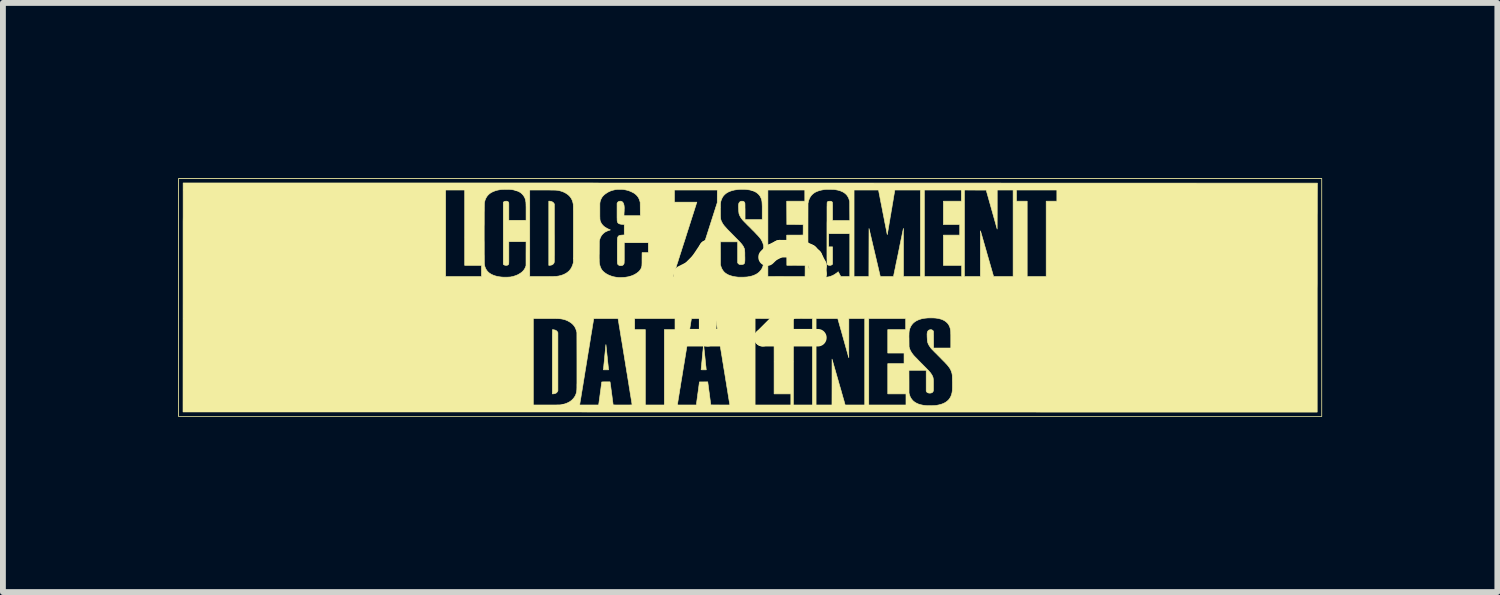
<source format=kicad_pcb>
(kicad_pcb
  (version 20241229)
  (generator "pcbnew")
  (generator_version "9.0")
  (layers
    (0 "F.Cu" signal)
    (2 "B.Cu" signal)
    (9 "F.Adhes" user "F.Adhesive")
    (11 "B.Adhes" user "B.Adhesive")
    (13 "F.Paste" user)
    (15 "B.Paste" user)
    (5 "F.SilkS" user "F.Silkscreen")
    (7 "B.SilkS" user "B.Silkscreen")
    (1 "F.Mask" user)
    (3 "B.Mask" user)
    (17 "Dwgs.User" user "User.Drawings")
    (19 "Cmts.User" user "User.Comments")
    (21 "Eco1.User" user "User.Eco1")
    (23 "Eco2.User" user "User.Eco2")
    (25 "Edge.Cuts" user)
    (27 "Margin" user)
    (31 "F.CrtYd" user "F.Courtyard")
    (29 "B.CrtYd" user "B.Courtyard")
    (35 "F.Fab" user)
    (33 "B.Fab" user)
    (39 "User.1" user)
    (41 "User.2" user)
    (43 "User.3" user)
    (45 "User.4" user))
  (footprint "12"
    (layer "F.Cu")
    (at 9.791 2.042)
    (property "Reference" "12" (at 0 0 0) (layer "F.SilkS") (effects (font (size 1.524 1.524) (thickness 0.3))))
    (attr through_hole)
    (fp_poly (pts (xy 9.788 2.039) (xy -9.786 2.039) (xy -9.786 -2.034) (xy -9.783 -2.034) (xy -9.783 2.037) (xy 9.786 2.037) (xy 9.786 -2.034) (xy -9.783 -2.034) (xy -9.786 -2.034) (xy -9.786 -2.037) (xy 9.788 -2.037) (xy 9.788 2.039)) (stroke (width 0.01) (type solid)) (fill yes) (layer "F.SilkS"))
    (fp_poly (pts (xy -3.378 0.552) (xy -3.371 0.552) (xy -3.362 0.554) (xy -3.361 0.554) (xy -3.339 0.558) (xy -3.321 0.566) (xy -3.307 0.577) (xy -3.296 0.592) (xy -3.296 0.593) (xy -3.29 0.603) (xy -3.29 1.599) (xy -3.298 1.612) (xy -3.308 1.627) (xy -3.322 1.638) (xy -3.34 1.645) (xy -3.361 1.65) (xy -3.367 1.65) (xy -3.385 1.652) (xy -3.385 1.101) (xy -3.385 1.037) (xy -3.385 0.977) (xy -3.385 0.923) (xy -3.385 0.872) (xy -3.385 0.827) (xy -3.385 0.785) (xy -3.385 0.747) (xy -3.385 0.714) (xy -3.385 0.684) (xy -3.385 0.657) (xy -3.385 0.634) (xy -3.384 0.615) (xy -3.384 0.598) (xy -3.384 0.584) (xy -3.384 0.573) (xy -3.384 0.564) (xy -3.383 0.558) (xy -3.383 0.554) (xy -3.383 0.552) (xy -3.382 0.551) (xy -3.378 0.552)) (stroke (width 0.01) (type solid)) (fill yes) (layer "F.SilkS"))
    (fp_poly (pts (xy -3.429 -1.648) (xy -3.406 -1.644) (xy -3.388 -1.637) (xy -3.373 -1.628) (xy -3.361 -1.615) (xy -3.358 -1.611) (xy -3.351 -1.599) (xy -3.351 -1.105) (xy -3.35 -1.045) (xy -3.35 -0.991) (xy -3.35 -0.941) (xy -3.35 -0.895) (xy -3.35 -0.854) (xy -3.35 -0.816) (xy -3.35 -0.783) (xy -3.35 -0.753) (xy -3.35 -0.726) (xy -3.351 -0.703) (xy -3.351 -0.683) (xy -3.351 -0.665) (xy -3.351 -0.65) (xy -3.351 -0.638) (xy -3.352 -0.627) (xy -3.352 -0.619) (xy -3.352 -0.612) (xy -3.352 -0.607) (xy -3.353 -0.603) (xy -3.353 -0.6) (xy -3.354 -0.598) (xy -3.36 -0.584) (xy -3.371 -0.571) (xy -3.385 -0.561) (xy -3.389 -0.559) (xy -3.399 -0.555) (xy -3.413 -0.552) (xy -3.427 -0.55) (xy -3.439 -0.549) (xy -3.439 -0.549) (xy -3.446 -0.549) (xy -3.446 -1.649) (xy -3.429 -1.648)) (stroke (width 0.01) (type solid)) (fill yes) (layer "F.SilkS"))
    (fp_poly (pts (xy -2.468 0.809) (xy -2.467 0.816) (xy -2.465 0.827) (xy -2.464 0.842) (xy -2.462 0.861) (xy -2.459 0.883) (xy -2.457 0.908) (xy -2.454 0.935) (xy -2.451 0.964) (xy -2.448 0.995) (xy -2.446 1.01) (xy -2.443 1.042) (xy -2.44 1.073) (xy -2.437 1.102) (xy -2.434 1.129) (xy -2.431 1.154) (xy -2.429 1.176) (xy -2.427 1.194) (xy -2.425 1.209) (xy -2.424 1.22) (xy -2.424 1.226) (xy -2.424 1.227) (xy -2.422 1.239) (xy -2.512 1.239) (xy -2.51 1.23) (xy -2.51 1.226) (xy -2.509 1.217) (xy -2.508 1.204) (xy -2.506 1.188) (xy -2.504 1.167) (xy -2.502 1.144) (xy -2.499 1.118) (xy -2.496 1.09) (xy -2.493 1.06) (xy -2.49 1.028) (xy -2.489 1.014) (xy -2.486 0.982) (xy -2.483 0.951) (xy -2.48 0.923) (xy -2.477 0.897) (xy -2.475 0.873) (xy -2.473 0.852) (xy -2.471 0.835) (xy -2.47 0.821) (xy -2.469 0.812) (xy -2.468 0.807) (xy -2.468 0.806) (xy -2.468 0.809)) (stroke (width 0.01) (type solid)) (fill yes) (layer "F.SilkS"))
    (fp_poly (pts (xy -0.797 0.806) (xy -0.796 0.811) (xy -0.795 0.819) (xy -0.793 0.83) (xy -0.791 0.845) (xy -0.789 0.864) (xy -0.787 0.887) (xy -0.784 0.914) (xy -0.781 0.946) (xy -0.777 0.982) (xy -0.773 1.016) (xy -0.77 1.048) (xy -0.767 1.079) (xy -0.764 1.108) (xy -0.761 1.135) (xy -0.759 1.16) (xy -0.756 1.181) (xy -0.754 1.2) (xy -0.753 1.214) (xy -0.752 1.225) (xy -0.751 1.231) (xy -0.751 1.232) (xy -0.75 1.239) (xy -0.794 1.239) (xy -0.81 1.239) (xy -0.822 1.239) (xy -0.829 1.239) (xy -0.834 1.238) (xy -0.837 1.237) (xy -0.838 1.236) (xy -0.838 1.234) (xy -0.838 1.231) (xy -0.837 1.223) (xy -0.836 1.211) (xy -0.835 1.195) (xy -0.833 1.175) (xy -0.83 1.153) (xy -0.828 1.127) (xy -0.825 1.099) (xy -0.822 1.069) (xy -0.819 1.038) (xy -0.818 1.022) (xy -0.815 0.99) (xy -0.812 0.959) (xy -0.809 0.931) (xy -0.806 0.904) (xy -0.804 0.88) (xy -0.802 0.858) (xy -0.8 0.84) (xy -0.799 0.826) (xy -0.798 0.816) (xy -0.798 0.811) (xy -0.797 0.81) (xy -0.797 0.806) (xy -0.797 0.805) (xy -0.797 0.806)) (stroke (width 0.01) (type solid)) (fill yes) (layer "F.SilkS"))
    (fp_poly (pts (xy -8.851 -1.96) (xy -8.763 -1.96) (xy -8.67 -1.96) (xy -8.574 -1.96) (xy -8.473 -1.96) (xy -8.369 -1.96) (xy -8.261 -1.96) (xy -8.15 -1.96) (xy -8.034 -1.96) (xy -7.915 -1.96) (xy -7.793 -1.96) (xy -7.667 -1.96) (xy -7.538 -1.96) (xy -7.405 -1.96) (xy -7.269 -1.96) (xy -7.13 -1.96) (xy -6.987 -1.96) (xy -6.841 -1.96) (xy -6.693 -1.96) (xy -6.541 -1.96) (xy -6.386 -1.96) (xy -6.228 -1.96) (xy -6.068 -1.96) (xy -5.904 -1.96) (xy -5.738 -1.96) (xy -5.569 -1.96) (xy -5.397 -1.96) (xy -5.223 -1.96) (xy -5.046 -1.96) (xy -4.867 -1.96) (xy -4.686 -1.96) (xy -4.501 -1.96) (xy -4.315 -1.96) (xy -4.126 -1.96) (xy -3.935 -1.96) (xy -3.742 -1.96) (xy -3.547 -1.96) (xy -3.35 -1.96) (xy -3.151 -1.96) (xy -2.95 -1.96) (xy -2.747 -1.96) (xy -2.542 -1.959) (xy -2.335 -1.959) (xy -2.127 -1.959) (xy -1.917 -1.959) (xy -1.705 -1.959) (xy -1.492 -1.959) (xy -1.277 -1.959) (xy -1.061 -1.959) (xy -0.843 -1.959) (xy -0.624 -1.959) (xy -0.404 -1.959) (xy -0.183 -1.959) (xy 0.004 -1.959) (xy 9.713 -1.957) (xy 9.711 -1.687) (xy 9.711 -1.669) (xy 9.711 -1.647) (xy 9.711 -1.619) (xy 9.711 -1.587) (xy 9.711 -1.551) (xy 9.711 -1.51) (xy 9.711 -1.465) (xy 9.71 -1.417) (xy 9.71 -1.364) (xy 9.71 -1.308) (xy 9.71 -1.249) (xy 9.71 -1.186) (xy 9.71 -1.12) (xy 9.71 -1.051) (xy 9.71 -0.979) (xy 9.71 -0.904) (xy 9.71 -0.827) (xy 9.71 -0.748) (xy 9.71 -0.666) (xy 9.71 -0.583) (xy 9.71 -0.498) (xy 9.71 -0.411) (xy 9.71 -0.322) (xy 9.71 -0.232) (xy 9.709 -0.141) (xy 9.709 -0.049) (xy 9.709 0.044) (xy 9.709 0.138) (xy 9.709 0.233) (xy 9.709 1.963) (xy 5.429 1.963) (xy 5.282 1.963) (xy 5.13 1.963) (xy 4.973 1.963) (xy 4.812 1.962) (xy 4.646 1.962) (xy 4.476 1.962) (xy 4.302 1.962) (xy 4.124 1.962) (xy 3.942 1.962) (xy 3.757 1.962) (xy 3.569 1.962) (xy 3.377 1.962) (xy 3.183 1.962) (xy 2.985 1.962) (xy 2.785 1.962) (xy 2.583 1.962) (xy 2.378 1.962) (xy 2.171 1.962) (xy 1.963 1.962) (xy 1.752 1.962) (xy 1.54 1.962) (xy 1.327 1.962) (xy 1.112 1.962) (xy 0.897 1.962) (xy 0.68 1.962) (xy 0.463 1.962) (xy 0.245 1.962) (xy 0.027 1.962) (xy -0.191 1.962) (xy -0.409 1.962) (xy -0.627 1.962) (xy -0.845 1.962) (xy -1.062 1.962) (xy -1.278 1.962) (xy -1.494 1.962) (xy -1.708 1.962) (xy -1.921 1.962) (xy -2.133 1.962) (xy -2.343 1.962) (xy -2.552 1.962) (xy -2.758 1.962) (xy -2.962 1.961) (xy -3.164 1.961) (xy -3.364 1.961) (xy -3.561 1.961) (xy -3.755 1.961) (xy -3.946 1.961) (xy -4.134 1.961) (xy -4.279 1.961) (xy -9.708 1.961) (xy -9.708 1.841) (xy -3.711 1.841) (xy -3.49 1.841) (xy -2.918 1.841) (xy -2.593 1.841) (xy -2.592 1.836) (xy -2.591 1.832) (xy -2.59 1.824) (xy -2.589 1.812) (xy -2.586 1.797) (xy -2.584 1.778) (xy -2.581 1.757) (xy -2.578 1.734) (xy -2.574 1.709) (xy -2.571 1.683) (xy -2.567 1.656) (xy -2.564 1.628) (xy -2.56 1.601) (xy -2.556 1.575) (xy -2.553 1.55) (xy -2.55 1.527) (xy -2.547 1.505) (xy -2.545 1.487) (xy -2.543 1.471) (xy -2.541 1.459) (xy -2.54 1.451) (xy -2.54 1.448) (xy -2.54 1.448) (xy -2.538 1.447) (xy -2.532 1.446) (xy -2.521 1.446) (xy -2.506 1.445) (xy -2.487 1.445) (xy -2.469 1.445) (xy -2.398 1.445) (xy -2.396 1.451) (xy -2.396 1.454) (xy -2.395 1.462) (xy -2.393 1.474) (xy -2.391 1.489) (xy -2.388 1.508) (xy -2.385 1.529) (xy -2.382 1.552) (xy -2.379 1.577) (xy -2.375 1.604) (xy -2.372 1.631) (xy -2.368 1.658) (xy -2.364 1.685) (xy -2.361 1.711) (xy -2.358 1.736) (xy -2.355 1.76) (xy -2.352 1.781) (xy -2.349 1.8) (xy -2.347 1.815) (xy -2.346 1.827) (xy -2.345 1.835) (xy -2.344 1.839) (xy -2.344 1.839) (xy -2.342 1.839) (xy -2.334 1.84) (xy -2.322 1.84) (xy -2.305 1.841) (xy -2.283 1.841) (xy -2.257 1.841) (xy -2.227 1.841) (xy -2.192 1.841) (xy -2.182 1.841) (xy -2.153 1.841) (xy -2.127 1.841) (xy -2.102 1.841) (xy -2.08 1.841) (xy -2.06 1.841) (xy -2.044 1.84) (xy -2.032 1.84) (xy -2.023 1.84) (xy -2.019 1.839) (xy -2.019 1.839) (xy -2.02 1.837) (xy -2.021 1.829) (xy -2.023 1.817) (xy -2.025 1.801) (xy -2.029 1.781) (xy -2.032 1.756) (xy -2.037 1.729) (xy -2.042 1.698) (xy -2.048 1.663) (xy -2.054 1.626) (xy -2.06 1.587) (xy -2.067 1.545) (xy -2.074 1.501) (xy -2.081 1.455) (xy -2.089 1.407) (xy -2.097 1.358) (xy -2.105 1.307) (xy -2.114 1.256) (xy -2.122 1.204) (xy -2.131 1.152) (xy -2.139 1.099) (xy -2.148 1.046) (xy -2.156 0.994) (xy -2.165 0.942) (xy -2.173 0.891) (xy -2.181 0.841) (xy -2.189 0.792) (xy -2.197 0.744) (xy -2.205 0.699) (xy -2.212 0.655) (xy -2.219 0.613) (xy -2.225 0.574) (xy -2.231 0.537) (xy -2.237 0.503) (xy -2.242 0.473) (xy -2.246 0.446) (xy -2.25 0.422) (xy -2.253 0.402) (xy -2.256 0.387) (xy -2.258 0.375) (xy -2.259 0.368) (xy -2.259 0.366) (xy -2.26 0.361) (xy -1.976 0.361) (xy -1.976 0.551) (xy -1.793 0.551) (xy -1.793 1.841) (xy -1.468 1.841) (xy -1.468 1.837) (xy -1.244 1.837) (xy -1.244 1.838) (xy -1.243 1.839) (xy -1.241 1.839) (xy -1.238 1.84) (xy -1.233 1.84) (xy -1.225 1.841) (xy -1.215 1.841) (xy -1.203 1.841) (xy -1.187 1.841) (xy -1.167 1.841) (xy -1.143 1.841) (xy -1.116 1.841) (xy -1.083 1.841) (xy -0.92 1.841) (xy -0.916 1.808) (xy -0.915 1.799) (xy -0.913 1.786) (xy -0.911 1.769) (xy -0.908 1.749) (xy -0.905 1.726) (xy -0.901 1.7) (xy -0.898 1.673) (xy -0.894 1.644) (xy -0.89 1.615) (xy -0.889 1.61) (xy -0.867 1.446) (xy -0.796 1.446) (xy -0.725 1.445) (xy -0.72 1.479) (xy -0.719 1.487) (xy -0.717 1.5) (xy -0.715 1.517) (xy -0.712 1.538) (xy -0.709 1.561) (xy -0.706 1.586) (xy -0.702 1.614) (xy -0.698 1.642) (xy -0.694 1.672) (xy -0.694 1.676) (xy -0.672 1.84) (xy -0.509 1.841) (xy -0.346 1.841) (xy -0.346 1.841) (xy 0.086 1.841) (xy 0.698 1.841) (xy 0.742 1.841) (xy 1.067 1.841) (xy 1.067 0.361) (xy 1.13 0.361) (xy 1.13 1.841) (xy 1.402 1.841) (xy 1.403 1.449) (xy 1.403 1.056) (xy 1.512 1.435) (xy 1.524 1.478) (xy 1.536 1.52) (xy 1.548 1.56) (xy 1.559 1.598) (xy 1.569 1.635) (xy 1.579 1.669) (xy 1.588 1.701) (xy 1.596 1.729) (xy 1.604 1.755) (xy 1.61 1.777) (xy 1.615 1.796) (xy 1.619 1.811) (xy 1.622 1.821) (xy 1.624 1.827) (xy 1.624 1.828) (xy 1.628 1.841) (xy 1.963 1.841) (xy 1.963 0.361) (xy 2.032 0.361) (xy 2.032 1.841) (xy 2.669 1.841) (xy 2.669 1.651) (xy 2.357 1.651) (xy 2.357 1.247) (xy 2.72 1.247) (xy 2.721 1.442) (xy 2.721 1.637) (xy 2.728 1.662) (xy 2.739 1.695) (xy 2.754 1.724) (xy 2.773 1.75) (xy 2.795 1.774) (xy 2.821 1.794) (xy 2.851 1.811) (xy 2.885 1.826) (xy 2.923 1.837) (xy 2.966 1.846) (xy 3.01 1.851) (xy 3.023 1.852) (xy 3.04 1.853) (xy 3.059 1.853) (xy 3.081 1.853) (xy 3.103 1.853) (xy 3.125 1.852) (xy 3.146 1.851) (xy 3.165 1.85) (xy 3.18 1.849) (xy 3.189 1.848) (xy 3.234 1.839) (xy 3.275 1.828) (xy 3.312 1.814) (xy 3.345 1.797) (xy 3.373 1.777) (xy 3.398 1.754) (xy 3.418 1.728) (xy 3.435 1.699) (xy 3.448 1.666) (xy 3.457 1.631) (xy 3.462 1.598) (xy 3.463 1.587) (xy 3.463 1.571) (xy 3.464 1.551) (xy 3.464 1.525) (xy 3.464 1.495) (xy 3.464 1.461) (xy 3.464 1.449) (xy 3.463 1.421) (xy 3.463 1.397) (xy 3.463 1.377) (xy 3.462 1.361) (xy 3.462 1.348) (xy 3.462 1.337) (xy 3.461 1.329) (xy 3.46 1.322) (xy 3.459 1.316) (xy 3.458 1.31) (xy 3.457 1.305) (xy 3.457 1.304) (xy 3.449 1.276) (xy 3.439 1.25) (xy 3.427 1.225) (xy 3.411 1.2) (xy 3.391 1.174) (xy 3.379 1.159) (xy 3.373 1.152) (xy 3.364 1.142) (xy 3.351 1.129) (xy 3.337 1.113) (xy 3.32 1.096) (xy 3.301 1.077) (xy 3.281 1.057) (xy 3.261 1.036) (xy 3.239 1.014) (xy 3.232 1.007) (xy 3.211 0.986) (xy 3.191 0.965) (xy 3.171 0.946) (xy 3.153 0.928) (xy 3.137 0.911) (xy 3.123 0.897) (xy 3.111 0.885) (xy 3.103 0.875) (xy 3.097 0.869) (xy 3.095 0.867) (xy 3.077 0.841) (xy 3.061 0.816) (xy 3.049 0.792) (xy 3.041 0.77) (xy 3.038 0.759) (xy 3.037 0.751) (xy 3.035 0.738) (xy 3.034 0.723) (xy 3.033 0.705) (xy 3.032 0.687) (xy 3.031 0.668) (xy 3.031 0.651) (xy 3.03 0.636) (xy 3.031 0.624) (xy 3.031 0.618) (xy 3.034 0.597) (xy 3.041 0.58) (xy 3.051 0.567) (xy 3.064 0.558) (xy 3.073 0.555) (xy 3.09 0.552) (xy 3.106 0.553) (xy 3.12 0.559) (xy 3.132 0.569) (xy 3.135 0.572) (xy 3.136 0.574) (xy 3.137 0.576) (xy 3.138 0.578) (xy 3.139 0.582) (xy 3.139 0.587) (xy 3.14 0.594) (xy 3.14 0.603) (xy 3.14 0.615) (xy 3.14 0.63) (xy 3.141 0.649) (xy 3.141 0.671) (xy 3.141 0.698) (xy 3.141 0.723) (xy 3.142 0.866) (xy 3.436 0.866) (xy 3.436 0.73) (xy 3.436 0.697) (xy 3.436 0.667) (xy 3.436 0.641) (xy 3.435 0.618) (xy 3.435 0.599) (xy 3.434 0.584) (xy 3.434 0.573) (xy 3.433 0.57) (xy 3.427 0.534) (xy 3.417 0.502) (xy 3.403 0.473) (xy 3.385 0.446) (xy 3.363 0.424) (xy 3.337 0.404) (xy 3.307 0.387) (xy 3.273 0.373) (xy 3.235 0.363) (xy 3.204 0.357) (xy 3.176 0.353) (xy 3.144 0.351) (xy 3.111 0.35) (xy 3.076 0.35) (xy 3.042 0.351) (xy 3.01 0.354) (xy 2.983 0.357) (xy 2.94 0.365) (xy 2.902 0.376) (xy 2.868 0.39) (xy 2.837 0.406) (xy 2.81 0.425) (xy 2.789 0.444) (xy 2.767 0.47) (xy 2.75 0.498) (xy 2.736 0.53) (xy 2.736 0.53) (xy 2.733 0.541) (xy 2.73 0.552) (xy 2.727 0.562) (xy 2.725 0.573) (xy 2.723 0.584) (xy 2.722 0.598) (xy 2.721 0.613) (xy 2.721 0.631) (xy 2.72 0.652) (xy 2.72 0.677) (xy 2.721 0.706) (xy 2.721 0.726) (xy 2.722 0.844) (xy 2.728 0.867) (xy 2.736 0.89) (xy 2.746 0.912) (xy 2.758 0.933) (xy 2.773 0.956) (xy 2.791 0.98) (xy 2.802 0.993) (xy 2.807 0.999) (xy 2.815 1.007) (xy 2.826 1.019) (xy 2.84 1.033) (xy 2.856 1.049) (xy 2.873 1.067) (xy 2.892 1.087) (xy 2.912 1.107) (xy 2.933 1.129) (xy 2.944 1.139) (xy 2.97 1.166) (xy 2.993 1.189) (xy 3.013 1.209) (xy 3.03 1.227) (xy 3.045 1.242) (xy 3.057 1.255) (xy 3.068 1.267) (xy 3.077 1.277) (xy 3.084 1.286) (xy 3.091 1.294) (xy 3.096 1.302) (xy 3.101 1.309) (xy 3.106 1.317) (xy 3.109 1.321) (xy 3.116 1.333) (xy 3.121 1.343) (xy 3.126 1.353) (xy 3.13 1.364) (xy 3.133 1.375) (xy 3.135 1.387) (xy 3.137 1.401) (xy 3.138 1.418) (xy 3.139 1.438) (xy 3.139 1.462) (xy 3.139 1.49) (xy 3.139 1.501) (xy 3.139 1.526) (xy 3.139 1.547) (xy 3.139 1.563) (xy 3.139 1.576) (xy 3.138 1.586) (xy 3.138 1.594) (xy 3.137 1.599) (xy 3.136 1.604) (xy 3.135 1.607) (xy 3.134 1.609) (xy 3.126 1.621) (xy 3.115 1.63) (xy 3.099 1.636) (xy 3.081 1.638) (xy 3.069 1.638) (xy 3.051 1.635) (xy 3.036 1.629) (xy 3.026 1.621) (xy 3.021 1.613) (xy 3.015 1.602) (xy 3.015 1.247) (xy 2.72 1.247) (xy 2.357 1.247) (xy 2.357 1.133) (xy 2.636 1.133) (xy 2.636 0.952) (xy 2.357 0.952) (xy 2.357 0.551) (xy 2.664 0.551) (xy 2.664 0.361) (xy 2.032 0.361) (xy 1.963 0.361) (xy 1.691 0.361) (xy 1.691 0.696) (xy 1.69 1.032) (xy 1.599 0.708) (xy 1.588 0.669) (xy 1.577 0.63) (xy 1.567 0.593) (xy 1.557 0.558) (xy 1.547 0.525) (xy 1.539 0.495) (xy 1.531 0.467) (xy 1.524 0.442) (xy 1.518 0.421) (xy 1.513 0.403) (xy 1.509 0.389) (xy 1.506 0.379) (xy 1.505 0.373) (xy 1.504 0.373) (xy 1.501 0.361) (xy 1.13 0.361) (xy 1.067 0.361) (xy 1.067 0.361) (xy 0.905 0.361) (xy 0.743 0.362) (xy 0.742 1.102) (xy 0.742 1.841) (xy 0.698 1.841) (xy 0.698 1.651) (xy 0.411 1.651) (xy 0.411 1.006) (xy 0.41 0.362) (xy 0.086 0.361) (xy 0.086 1.841) (xy -0.346 1.841) (xy -0.348 1.829) (xy -0.349 1.826) (xy -0.35 1.817) (xy -0.352 1.805) (xy -0.355 1.787) (xy -0.359 1.766) (xy -0.363 1.74) (xy -0.368 1.711) (xy -0.373 1.678) (xy -0.379 1.642) (xy -0.385 1.602) (xy -0.392 1.56) (xy -0.4 1.514) (xy -0.407 1.466) (xy -0.416 1.416) (xy -0.424 1.363) (xy -0.433 1.309) (xy -0.442 1.253) (xy -0.452 1.195) (xy -0.461 1.136) (xy -0.469 1.091) (xy -0.478 1.031) (xy -0.488 0.972) (xy -0.497 0.915) (xy -0.507 0.859) (xy -0.515 0.806) (xy -0.524 0.754) (xy -0.532 0.705) (xy -0.54 0.658) (xy -0.547 0.614) (xy -0.554 0.573) (xy -0.56 0.535) (xy -0.566 0.5) (xy -0.571 0.468) (xy -0.575 0.441) (xy -0.579 0.417) (xy -0.583 0.397) (xy -0.585 0.382) (xy -0.587 0.371) (xy -0.589 0.364) (xy -0.589 0.363) (xy -0.592 0.362) (xy -0.599 0.362) (xy -0.611 0.362) (xy -0.627 0.362) (xy -0.646 0.361) (xy -0.668 0.361) (xy -0.694 0.361) (xy -0.721 0.361) (xy -0.751 0.361) (xy -0.782 0.361) (xy -0.798 0.361) (xy -1.004 0.362) (xy -1.124 1.097) (xy -1.134 1.158) (xy -1.144 1.217) (xy -1.153 1.274) (xy -1.162 1.33) (xy -1.171 1.385) (xy -1.18 1.437) (xy -1.188 1.486) (xy -1.195 1.534) (xy -1.203 1.578) (xy -1.209 1.62) (xy -1.216 1.659) (xy -1.221 1.694) (xy -1.227 1.726) (xy -1.231 1.755) (xy -1.235 1.779) (xy -1.238 1.8) (xy -1.241 1.816) (xy -1.243 1.827) (xy -1.244 1.835) (xy -1.244 1.837) (xy -1.468 1.837) (xy -1.468 0.551) (xy -1.285 0.551) (xy -1.285 0.361) (xy -1.976 0.361) (xy -2.26 0.361) (xy -2.469 0.361) (xy -2.501 0.361) (xy -2.532 0.361) (xy -2.561 0.361) (xy -2.588 0.361) (xy -2.612 0.361) (xy -2.632 0.361) (xy -2.649 0.362) (xy -2.663 0.362) (xy -2.672 0.362) (xy -2.676 0.363) (xy -2.677 0.363) (xy -2.677 0.366) (xy -2.678 0.373) (xy -2.68 0.385) (xy -2.683 0.401) (xy -2.686 0.422) (xy -2.69 0.446) (xy -2.695 0.474) (xy -2.7 0.505) (xy -2.705 0.539) (xy -2.711 0.576) (xy -2.718 0.615) (xy -2.725 0.657) (xy -2.732 0.702) (xy -2.739 0.748) (xy -2.747 0.795) (xy -2.755 0.845) (xy -2.763 0.895) (xy -2.772 0.946) (xy -2.78 0.998) (xy -2.789 1.051) (xy -2.797 1.103) (xy -2.806 1.156) (xy -2.814 1.208) (xy -2.823 1.26) (xy -2.831 1.311) (xy -2.839 1.361) (xy -2.847 1.41) (xy -2.855 1.458) (xy -2.862 1.504) (xy -2.87 1.547) (xy -2.876 1.589) (xy -2.883 1.628) (xy -2.889 1.665) (xy -2.894 1.699) (xy -2.899 1.729) (xy -2.904 1.757) (xy -2.908 1.78) (xy -2.911 1.8) (xy -2.914 1.816) (xy -2.915 1.827) (xy -2.917 1.834) (xy -2.917 1.836) (xy -2.918 1.841) (xy -3.49 1.841) (xy -3.45 1.841) (xy -3.413 1.841) (xy -3.379 1.841) (xy -3.348 1.841) (xy -3.321 1.841) (xy -3.297 1.84) (xy -3.278 1.84) (xy -3.263 1.84) (xy -3.253 1.839) (xy -3.248 1.839) (xy -3.206 1.832) (xy -3.167 1.821) (xy -3.13 1.807) (xy -3.096 1.79) (xy -3.086 1.784) (xy -3.056 1.762) (xy -3.031 1.737) (xy -3.009 1.71) (xy -2.991 1.68) (xy -2.979 1.65) (xy -2.978 1.644) (xy -2.976 1.639) (xy -2.974 1.634) (xy -2.973 1.63) (xy -2.972 1.625) (xy -2.971 1.619) (xy -2.969 1.613) (xy -2.969 1.606) (xy -2.968 1.598) (xy -2.967 1.589) (xy -2.966 1.578) (xy -2.966 1.565) (xy -2.965 1.551) (xy -2.965 1.534) (xy -2.965 1.514) (xy -2.965 1.492) (xy -2.964 1.467) (xy -2.964 1.439) (xy -2.964 1.408) (xy -2.964 1.373) (xy -2.964 1.335) (xy -2.964 1.292) (xy -2.964 1.245) (xy -2.964 1.194) (xy -2.964 1.138) (xy -2.964 1.088) (xy -2.965 0.601) (xy -2.971 0.579) (xy -2.98 0.549) (xy -2.991 0.523) (xy -3.003 0.5) (xy -3.018 0.48) (xy -3.036 0.46) (xy -3.039 0.457) (xy -3.065 0.435) (xy -3.095 0.416) (xy -3.128 0.398) (xy -3.163 0.384) (xy -3.2 0.374) (xy -3.212 0.371) (xy -3.222 0.369) (xy -3.231 0.368) (xy -3.242 0.366) (xy -3.253 0.365) (xy -3.266 0.364) (xy -3.281 0.363) (xy -3.298 0.362) (xy -3.318 0.362) (xy -3.34 0.361) (xy -3.366 0.361) (xy -3.395 0.361) (xy -3.429 0.361) (xy -3.467 0.361) (xy -3.508 0.361) (xy -3.711 0.361) (xy -3.711 1.841) (xy -9.708 1.841) (xy -9.707 0.001) (xy -9.707 -0.099) (xy -9.707 -0.197) (xy -9.707 -0.294) (xy -9.707 -0.39) (xy -9.707 -0.484) (xy -9.707 -0.576) (xy -9.707 -0.666) (xy -9.707 -0.754) (xy -9.707 -0.841) (xy -9.707 -0.925) (xy -9.707 -1.006) (xy -9.707 -1.085) (xy -9.707 -1.162) (xy -9.707 -1.236) (xy -9.707 -1.307) (xy -9.706 -1.375) (xy -9.706 -1.44) (xy -9.706 -1.501) (xy -9.706 -1.56) (xy -9.706 -1.615) (xy -9.706 -1.666) (xy -9.706 -1.714) (xy -9.706 -1.758) (xy -9.706 -1.797) (xy -9.706 -1.833) (xy -9.706 -1.839) (xy -5.212 -1.839) (xy -5.212 -0.358) (xy -4.599 -0.358) (xy -4.599 -0.549) (xy -4.886 -0.549) (xy -4.886 -1.078) (xy -4.552 -1.078) (xy -4.552 -1.033) (xy -4.552 -0.987) (xy -4.551 -0.943) (xy -4.551 -0.899) (xy -4.551 -0.857) (xy -4.551 -0.817) (xy -4.551 -0.778) (xy -4.551 -0.741) (xy -4.55 -0.707) (xy -4.55 -0.676) (xy -4.55 -0.648) (xy -4.549 -0.623) (xy -4.549 -0.602) (xy -4.549 -0.585) (xy -4.548 -0.573) (xy -4.548 -0.565) (xy -4.547 -0.563) (xy -4.54 -0.528) (xy -4.528 -0.497) (xy -4.512 -0.469) (xy -4.493 -0.444) (xy -4.469 -0.422) (xy -4.441 -0.403) (xy -4.423 -0.393) (xy -4.394 -0.38) (xy -4.362 -0.369) (xy -4.327 -0.36) (xy -4.287 -0.353) (xy -4.244 -0.348) (xy -4.238 -0.348) (xy -4.223 -0.347) (xy -4.204 -0.347) (xy -4.183 -0.347) (xy -4.161 -0.347) (xy -4.14 -0.348) (xy -4.121 -0.349) (xy -4.105 -0.35) (xy -4.098 -0.351) (xy -4.056 -0.36) (xy -4.018 -0.372) (xy -3.98 -0.387) (xy -3.965 -0.395) (xy -3.933 -0.414) (xy -3.905 -0.435) (xy -3.883 -0.457) (xy -3.864 -0.481) (xy -3.85 -0.508) (xy -3.842 -0.527) (xy -3.836 -0.545) (xy -3.836 -0.75) (xy -3.835 -0.955) (xy -4.13 -0.955) (xy -4.13 -0.765) (xy -4.13 -0.729) (xy -4.13 -0.699) (xy -4.13 -0.672) (xy -4.13 -0.65) (xy -4.13 -0.631) (xy -4.13 -0.615) (xy -4.13 -0.603) (xy -4.131 -0.593) (xy -4.131 -0.585) (xy -4.131 -0.579) (xy -4.132 -0.575) (xy -4.133 -0.572) (xy -4.133 -0.57) (xy -4.134 -0.568) (xy -4.135 -0.567) (xy -4.143 -0.558) (xy -4.154 -0.552) (xy -4.169 -0.549) (xy -4.171 -0.549) (xy -4.19 -0.55) (xy -4.205 -0.554) (xy -4.217 -0.561) (xy -4.225 -0.568) (xy -4.225 -1.628) (xy -4.218 -1.635) (xy -4.208 -1.642) (xy -4.194 -1.646) (xy -4.179 -1.648) (xy -4.17 -1.648) (xy -4.155 -1.645) (xy -4.143 -1.639) (xy -4.135 -1.63) (xy -4.135 -1.63) (xy -4.134 -1.628) (xy -4.133 -1.626) (xy -4.132 -1.623) (xy -4.131 -1.619) (xy -4.131 -1.613) (xy -4.13 -1.605) (xy -4.13 -1.596) (xy -4.13 -1.583) (xy -4.13 -1.567) (xy -4.13 -1.548) (xy -4.13 -1.524) (xy -4.13 -1.497) (xy -4.13 -1.471) (xy -4.13 -1.321) (xy -3.835 -1.321) (xy -3.835 -1.465) (xy -3.835 -1.495) (xy -3.835 -1.523) (xy -3.835 -1.549) (xy -3.836 -1.572) (xy -3.836 -1.592) (xy -3.837 -1.609) (xy -3.837 -1.621) (xy -3.838 -1.629) (xy -3.838 -1.631) (xy -3.844 -1.666) (xy -3.853 -1.697) (xy -3.867 -1.725) (xy -3.884 -1.75) (xy -3.901 -1.769) (xy -3.923 -1.789) (xy -3.948 -1.805) (xy -3.977 -1.819) (xy -4.01 -1.83) (xy -4.043 -1.839) (xy -3.772 -1.839) (xy -3.772 -0.358) (xy -3.559 -0.358) (xy -3.52 -0.358) (xy -3.484 -0.358) (xy -3.45 -0.358) (xy -3.419 -0.359) (xy -3.392 -0.359) (xy -3.368 -0.359) (xy -3.348 -0.36) (xy -3.332 -0.36) (xy -3.321 -0.36) (xy -3.317 -0.361) (xy -3.275 -0.367) (xy -3.235 -0.377) (xy -3.197 -0.39) (xy -3.162 -0.407) (xy -3.13 -0.427) (xy -3.102 -0.451) (xy -3.097 -0.456) (xy -3.075 -0.482) (xy -3.056 -0.512) (xy -3.042 -0.545) (xy -3.033 -0.57) (xy -3.026 -0.596) (xy -3.026 -0.695) (xy -2.583 -0.695) (xy -2.583 -0.672) (xy -2.582 -0.653) (xy -2.582 -0.637) (xy -2.582 -0.623) (xy -2.582 -0.612) (xy -2.581 -0.603) (xy -2.581 -0.596) (xy -2.58 -0.589) (xy -2.579 -0.584) (xy -2.572 -0.55) (xy -2.562 -0.519) (xy -2.549 -0.491) (xy -2.533 -0.466) (xy -2.512 -0.443) (xy -2.509 -0.441) (xy -2.482 -0.419) (xy -2.452 -0.399) (xy -2.418 -0.382) (xy -2.38 -0.367) (xy -2.341 -0.355) (xy -2.299 -0.347) (xy -2.269 -0.343) (xy -2.254 -0.342) (xy -2.235 -0.341) (xy -2.213 -0.341) (xy -2.191 -0.342) (xy -2.169 -0.343) (xy -2.148 -0.344) (xy -2.131 -0.346) (xy -2.126 -0.347) (xy -2.083 -0.354) (xy -2.07 -0.358) (xy -1.318 -0.358) (xy -0.967 -0.359) (xy -0.776 -0.952) (xy -0.508 -0.952) (xy -0.507 -0.756) (xy -0.507 -0.56) (xy -0.5 -0.535) (xy -0.49 -0.506) (xy -0.476 -0.478) (xy -0.458 -0.452) (xy -0.439 -0.43) (xy -0.428 -0.421) (xy -0.401 -0.402) (xy -0.369 -0.385) (xy -0.334 -0.372) (xy -0.295 -0.361) (xy -0.251 -0.353) (xy -0.21 -0.348) (xy -0.196 -0.347) (xy -0.178 -0.347) (xy -0.158 -0.347) (xy -0.137 -0.347) (xy -0.115 -0.347) (xy -0.094 -0.348) (xy -0.076 -0.349) (xy -0.06 -0.35) (xy -0.053 -0.35) (xy -0.009 -0.358) (xy 0.032 -0.367) (xy 0.068 -0.38) (xy 0.101 -0.395) (xy 0.13 -0.413) (xy 0.156 -0.434) (xy 0.166 -0.445) (xy 0.181 -0.461) (xy 0.192 -0.476) (xy 0.202 -0.492) (xy 0.211 -0.511) (xy 0.212 -0.515) (xy 0.218 -0.528) (xy 0.222 -0.542) (xy 0.226 -0.556) (xy 0.229 -0.572) (xy 0.231 -0.589) (xy 0.233 -0.609) (xy 0.234 -0.632) (xy 0.235 -0.658) (xy 0.236 -0.688) (xy 0.236 -0.721) (xy 0.235 -0.76) (xy 0.235 -0.76) (xy 0.235 -0.789) (xy 0.235 -0.814) (xy 0.234 -0.834) (xy 0.233 -0.851) (xy 0.232 -0.866) (xy 0.231 -0.878) (xy 0.23 -0.889) (xy 0.228 -0.899) (xy 0.225 -0.909) (xy 0.222 -0.919) (xy 0.22 -0.928) (xy 0.215 -0.939) (xy 0.209 -0.953) (xy 0.202 -0.968) (xy 0.194 -0.982) (xy 0.187 -0.994) (xy 0.185 -0.998) (xy 0.177 -1.008) (xy 0.168 -1.02) (xy 0.157 -1.034) (xy 0.143 -1.049) (xy 0.128 -1.066) (xy 0.109 -1.085) (xy 0.089 -1.107) (xy 0.065 -1.132) (xy 0.037 -1.159) (xy 0.007 -1.19) (xy 0.007 -1.19) (xy -0.014 -1.211) (xy -0.035 -1.231) (xy -0.054 -1.25) (xy -0.071 -1.268) (xy -0.087 -1.284) (xy -0.101 -1.298) (xy -0.112 -1.31) (xy -0.121 -1.319) (xy -0.126 -1.325) (xy -0.127 -1.326) (xy -0.146 -1.35) (xy -0.162 -1.374) (xy -0.175 -1.398) (xy -0.185 -1.421) (xy -0.189 -1.434) (xy -0.191 -1.442) (xy -0.192 -1.455) (xy -0.194 -1.471) (xy -0.195 -1.49) (xy -0.196 -1.509) (xy -0.197 -1.528) (xy -0.198 -1.546) (xy -0.198 -1.563) (xy -0.198 -1.573) (xy -0.197 -1.588) (xy -0.195 -1.599) (xy -0.193 -1.608) (xy -0.191 -1.615) (xy -0.182 -1.629) (xy -0.17 -1.64) (xy -0.156 -1.646) (xy -0.139 -1.648) (xy -0.12 -1.646) (xy -0.118 -1.645) (xy -0.105 -1.64) (xy -0.096 -1.63) (xy -0.09 -1.618) (xy -0.089 -1.615) (xy -0.088 -1.609) (xy -0.088 -1.599) (xy -0.087 -1.584) (xy -0.087 -1.564) (xy -0.087 -1.54) (xy -0.086 -1.513) (xy -0.086 -1.482) (xy -0.086 -1.468) (xy -0.086 -1.333) (xy 0.208 -1.333) (xy 0.208 -1.46) (xy 0.208 -1.497) (xy 0.208 -1.529) (xy 0.208 -1.557) (xy 0.207 -1.581) (xy 0.206 -1.602) (xy 0.205 -1.62) (xy 0.204 -1.636) (xy 0.202 -1.65) (xy 0.2 -1.662) (xy 0.197 -1.673) (xy 0.194 -1.684) (xy 0.19 -1.694) (xy 0.187 -1.702) (xy 0.173 -1.73) (xy 0.155 -1.755) (xy 0.132 -1.778) (xy 0.106 -1.798) (xy 0.076 -1.814) (xy 0.042 -1.828) (xy 0.011 -1.836) (xy -0.001 -1.839) (xy 0.305 -1.839) (xy 0.305 -0.358) (xy 0.623 -0.359) (xy 0.941 -0.359) (xy 0.942 -0.454) (xy 0.942 -0.549) (xy 0.629 -0.55) (xy 0.628 -0.908) (xy 0.991 -0.908) (xy 0.991 -0.852) (xy 0.991 -0.802) (xy 0.991 -0.757) (xy 0.991 -0.716) (xy 0.991 -0.681) (xy 0.991 -0.65) (xy 0.992 -0.624) (xy 0.992 -0.603) (xy 0.992 -0.587) (xy 0.993 -0.575) (xy 0.993 -0.568) (xy 0.993 -0.567) (xy 0.998 -0.533) (xy 1.006 -0.502) (xy 1.018 -0.474) (xy 1.033 -0.45) (xy 1.053 -0.428) (xy 1.076 -0.408) (xy 1.104 -0.391) (xy 1.112 -0.386) (xy 1.145 -0.371) (xy 1.18 -0.36) (xy 1.217 -0.351) (xy 1.247 -0.347) (xy 1.257 -0.346) (xy 1.271 -0.346) (xy 1.287 -0.347) (xy 1.303 -0.348) (xy 1.319 -0.349) (xy 1.333 -0.35) (xy 1.342 -0.352) (xy 1.379 -0.362) (xy 1.417 -0.377) (xy 1.452 -0.397) (xy 1.486 -0.421) (xy 1.494 -0.427) (xy 1.509 -0.44) (xy 1.531 -0.399) (xy 1.553 -0.358) (xy 1.707 -0.358) (xy 1.707 -1.092) (xy 1.346 -1.092) (xy 1.346 -0.866) (xy 1.412 -0.866) (xy 1.412 -0.571) (xy 1.404 -0.562) (xy 1.393 -0.555) (xy 1.379 -0.55) (xy 1.363 -0.549) (xy 1.353 -0.55) (xy 1.338 -0.553) (xy 1.327 -0.56) (xy 1.32 -0.569) (xy 1.319 -0.572) (xy 1.318 -0.575) (xy 1.318 -0.579) (xy 1.318 -0.585) (xy 1.317 -0.593) (xy 1.317 -0.604) (xy 1.317 -0.617) (xy 1.317 -0.633) (xy 1.317 -0.652) (xy 1.316 -0.674) (xy 1.316 -0.699) (xy 1.316 -0.728) (xy 1.316 -0.761) (xy 1.316 -0.797) (xy 1.316 -0.838) (xy 1.316 -0.882) (xy 1.316 -0.931) (xy 1.316 -0.985) (xy 1.316 -1.043) (xy 1.316 -1.103) (xy 1.316 -1.164) (xy 1.316 -1.22) (xy 1.316 -1.271) (xy 1.317 -1.317) (xy 1.317 -1.36) (xy 1.317 -1.398) (xy 1.317 -1.433) (xy 1.317 -1.464) (xy 1.317 -1.491) (xy 1.317 -1.515) (xy 1.317 -1.536) (xy 1.317 -1.555) (xy 1.318 -1.571) (xy 1.318 -1.584) (xy 1.318 -1.595) (xy 1.318 -1.604) (xy 1.319 -1.612) (xy 1.319 -1.618) (xy 1.319 -1.622) (xy 1.32 -1.626) (xy 1.32 -1.628) (xy 1.321 -1.63) (xy 1.321 -1.631) (xy 1.321 -1.631) (xy 1.327 -1.638) (xy 1.335 -1.643) (xy 1.346 -1.646) (xy 1.361 -1.647) (xy 1.365 -1.647) (xy 1.377 -1.647) (xy 1.385 -1.646) (xy 1.391 -1.644) (xy 1.397 -1.642) (xy 1.397 -1.641) (xy 1.404 -1.636) (xy 1.408 -1.63) (xy 1.409 -1.629) (xy 1.41 -1.626) (xy 1.41 -1.62) (xy 1.411 -1.61) (xy 1.411 -1.597) (xy 1.412 -1.58) (xy 1.412 -1.559) (xy 1.412 -1.534) (xy 1.412 -1.504) (xy 1.412 -1.469) (xy 1.412 -1.316) (xy 1.707 -1.316) (xy 1.706 -1.479) (xy 1.705 -1.642) (xy 1.698 -1.667) (xy 1.688 -1.699) (xy 1.673 -1.727) (xy 1.655 -1.753) (xy 1.633 -1.775) (xy 1.607 -1.795) (xy 1.578 -1.811) (xy 1.544 -1.825) (xy 1.506 -1.836) (xy 1.492 -1.839) (xy 1.78 -1.839) (xy 1.78 -0.358) (xy 2.034 -0.358) (xy 2.035 -0.769) (xy 2.036 -1.18) (xy 2.229 -0.359) (xy 2.342 -0.359) (xy 2.366 -0.359) (xy 2.388 -0.359) (xy 2.407 -0.359) (xy 2.424 -0.359) (xy 2.438 -0.359) (xy 2.448 -0.359) (xy 2.454 -0.36) (xy 2.456 -0.36) (xy 2.456 -0.363) (xy 2.458 -0.37) (xy 2.46 -0.382) (xy 2.463 -0.398) (xy 2.467 -0.417) (xy 2.472 -0.44) (xy 2.477 -0.466) (xy 2.483 -0.494) (xy 2.49 -0.525) (xy 2.496 -0.559) (xy 2.503 -0.594) (xy 2.511 -0.63) (xy 2.519 -0.668) (xy 2.527 -0.706) (xy 2.535 -0.745) (xy 2.543 -0.784) (xy 2.551 -0.824) (xy 2.559 -0.862) (xy 2.566 -0.9) (xy 2.574 -0.937) (xy 2.581 -0.973) (xy 2.588 -1.006) (xy 2.595 -1.038) (xy 2.601 -1.068) (xy 2.606 -1.094) (xy 2.611 -1.118) (xy 2.616 -1.139) (xy 2.619 -1.156) (xy 2.622 -1.169) (xy 2.624 -1.178) (xy 2.625 -1.182) (xy 2.625 -1.182) (xy 2.625 -1.18) (xy 2.625 -1.173) (xy 2.625 -1.161) (xy 2.625 -1.146) (xy 2.625 -1.126) (xy 2.625 -1.102) (xy 2.625 -1.075) (xy 2.626 -1.045) (xy 2.626 -1.011) (xy 2.626 -0.975) (xy 2.626 -0.937) (xy 2.626 -0.896) (xy 2.626 -0.854) (xy 2.626 -0.809) (xy 2.626 -0.771) (xy 2.626 -0.358) (xy 2.916 -0.358) (xy 2.916 -1.839) (xy 2.984 -1.839) (xy 2.984 -0.358) (xy 3.622 -0.358) (xy 3.67 -0.358) (xy 3.942 -0.358) (xy 3.942 -0.751) (xy 3.942 -0.795) (xy 3.942 -0.838) (xy 3.942 -0.879) (xy 3.942 -0.918) (xy 3.942 -0.955) (xy 3.942 -0.989) (xy 3.942 -1.021) (xy 3.943 -1.049) (xy 3.943 -1.074) (xy 3.943 -1.096) (xy 3.943 -1.113) (xy 3.943 -1.127) (xy 3.944 -1.136) (xy 3.944 -1.14) (xy 3.944 -1.14) (xy 3.945 -1.138) (xy 3.947 -1.13) (xy 3.951 -1.118) (xy 3.955 -1.102) (xy 3.961 -1.083) (xy 3.968 -1.059) (xy 3.975 -1.033) (xy 3.984 -1.003) (xy 3.993 -0.971) (xy 4.003 -0.936) (xy 4.014 -0.898) (xy 4.025 -0.859) (xy 4.037 -0.818) (xy 4.049 -0.776) (xy 4.057 -0.747) (xy 4.169 -0.358) (xy 4.503 -0.358) (xy 4.503 -1.839) (xy 4.561 -1.839) (xy 4.561 -1.648) (xy 4.744 -1.648) (xy 4.744 -0.358) (xy 5.069 -0.358) (xy 5.069 -1.648) (xy 5.252 -1.648) (xy 5.252 -1.839) (xy 4.561 -1.839) (xy 4.503 -1.839) (xy 4.231 -1.839) (xy 4.231 -1.505) (xy 4.23 -1.171) (xy 4.042 -1.838) (xy 3.856 -1.838) (xy 3.67 -1.839) (xy 3.67 -0.358) (xy 3.622 -0.358) (xy 3.622 -0.549) (xy 3.309 -0.549) (xy 3.309 -1.067) (xy 3.589 -1.067) (xy 3.589 -1.247) (xy 3.309 -1.247) (xy 3.309 -1.648) (xy 3.617 -1.648) (xy 3.617 -1.839) (xy 2.984 -1.839) (xy 2.916 -1.839) (xy 2.479 -1.839) (xy 2.478 -1.833) (xy 2.477 -1.83) (xy 2.476 -1.822) (xy 2.473 -1.81) (xy 2.471 -1.793) (xy 2.467 -1.773) (xy 2.463 -1.749) (xy 2.458 -1.722) (xy 2.453 -1.691) (xy 2.448 -1.658) (xy 2.442 -1.623) (xy 2.435 -1.585) (xy 2.429 -1.545) (xy 2.422 -1.503) (xy 2.414 -1.461) (xy 2.413 -1.452) (xy 2.406 -1.409) (xy 2.398 -1.367) (xy 2.392 -1.327) (xy 2.385 -1.289) (xy 2.379 -1.253) (xy 2.374 -1.22) (xy 2.368 -1.19) (xy 2.364 -1.162) (xy 2.36 -1.138) (xy 2.356 -1.117) (xy 2.353 -1.1) (xy 2.351 -1.088) (xy 2.349 -1.079) (xy 2.349 -1.076) (xy 2.349 -1.075) (xy 2.348 -1.078) (xy 2.347 -1.085) (xy 2.344 -1.096) (xy 2.341 -1.112) (xy 2.337 -1.131) (xy 2.333 -1.154) (xy 2.328 -1.18) (xy 2.322 -1.208) (xy 2.316 -1.24) (xy 2.309 -1.273) (xy 2.302 -1.309) (xy 2.295 -1.346) (xy 2.29 -1.372) (xy 2.282 -1.412) (xy 2.274 -1.452) (xy 2.267 -1.492) (xy 2.259 -1.53) (xy 2.252 -1.567) (xy 2.245 -1.602) (xy 2.238 -1.635) (xy 2.233 -1.666) (xy 2.227 -1.693) (xy 2.223 -1.716) (xy 2.219 -1.736) (xy 2.216 -1.751) (xy 2.215 -1.754) (xy 2.199 -1.839) (xy 1.78 -1.839) (xy 1.492 -1.839) (xy 1.464 -1.844) (xy 1.454 -1.846) (xy 1.439 -1.847) (xy 1.419 -1.849) (xy 1.397 -1.849) (xy 1.373 -1.85) (xy 1.349 -1.85) (xy 1.325 -1.85) (xy 1.303 -1.849) (xy 1.284 -1.848) (xy 1.272 -1.847) (xy 1.227 -1.839) (xy 1.186 -1.829) (xy 1.149 -1.816) (xy 1.116 -1.801) (xy 1.087 -1.782) (xy 1.062 -1.76) (xy 1.051 -1.749) (xy 1.034 -1.725) (xy 1.019 -1.7) (xy 1.007 -1.671) (xy 0.998 -1.639) (xy 0.998 -1.637) (xy 0.992 -1.611) (xy 0.991 -1.104) (xy 0.991 -1.033) (xy 0.991 -0.968) (xy 0.991 -0.908) (xy 0.628 -0.908) (xy 0.627 -1.067) (xy 0.908 -1.068) (xy 0.909 -1.157) (xy 0.909 -1.247) (xy 0.769 -1.248) (xy 0.629 -1.248) (xy 0.628 -1.448) (xy 0.627 -1.648) (xy 0.937 -1.648) (xy 0.937 -1.839) (xy 0.305 -1.839) (xy -0.001 -1.839) (xy -0.025 -1.843) (xy -0.065 -1.848) (xy -0.107 -1.851) (xy -0.15 -1.851) (xy -0.193 -1.849) (xy -0.235 -1.844) (xy -0.263 -1.84) (xy -0.306 -1.83) (xy -0.344 -1.817) (xy -0.378 -1.802) (xy -0.409 -1.783) (xy -0.435 -1.761) (xy -0.458 -1.736) (xy -0.476 -1.708) (xy -0.49 -1.677) (xy -0.491 -1.673) (xy -0.495 -1.663) (xy -0.498 -1.653) (xy -0.501 -1.643) (xy -0.503 -1.633) (xy -0.504 -1.622) (xy -0.506 -1.61) (xy -0.507 -1.596) (xy -0.507 -1.579) (xy -0.507 -1.56) (xy -0.508 -1.536) (xy -0.508 -1.509) (xy -0.507 -1.478) (xy -0.507 -1.476) (xy -0.507 -1.446) (xy -0.507 -1.421) (xy -0.507 -1.399) (xy -0.506 -1.382) (xy -0.505 -1.367) (xy -0.504 -1.355) (xy -0.503 -1.344) (xy -0.501 -1.335) (xy -0.499 -1.327) (xy -0.497 -1.319) (xy -0.493 -1.311) (xy -0.489 -1.303) (xy -0.485 -1.294) (xy -0.48 -1.284) (xy -0.475 -1.274) (xy -0.469 -1.264) (xy -0.463 -1.254) (xy -0.455 -1.243) (xy -0.446 -1.231) (xy -0.436 -1.219) (xy -0.423 -1.205) (xy -0.409 -1.189) (xy -0.393 -1.171) (xy -0.374 -1.151) (xy -0.352 -1.129) (xy -0.327 -1.104) (xy -0.3 -1.076) (xy -0.278 -1.054) (xy -0.252 -1.027) (xy -0.228 -1.003) (xy -0.208 -0.983) (xy -0.19 -0.964) (xy -0.175 -0.949) (xy -0.163 -0.935) (xy -0.152 -0.923) (xy -0.143 -0.912) (xy -0.135 -0.902) (xy -0.129 -0.893) (xy -0.123 -0.885) (xy -0.118 -0.876) (xy -0.113 -0.868) (xy -0.109 -0.86) (xy -0.105 -0.85) (xy -0.101 -0.842) (xy -0.098 -0.835) (xy -0.096 -0.827) (xy -0.094 -0.818) (xy -0.093 -0.808) (xy -0.092 -0.796) (xy -0.091 -0.781) (xy -0.09 -0.763) (xy -0.09 -0.742) (xy -0.09 -0.716) (xy -0.09 -0.713) (xy -0.089 -0.684) (xy -0.089 -0.659) (xy -0.089 -0.639) (xy -0.09 -0.622) (xy -0.091 -0.609) (xy -0.093 -0.598) (xy -0.095 -0.59) (xy -0.098 -0.583) (xy -0.102 -0.578) (xy -0.106 -0.574) (xy -0.112 -0.571) (xy -0.116 -0.568) (xy -0.123 -0.566) (xy -0.13 -0.564) (xy -0.139 -0.563) (xy -0.151 -0.563) (xy -0.152 -0.563) (xy -0.165 -0.563) (xy -0.173 -0.563) (xy -0.18 -0.565) (xy -0.187 -0.568) (xy -0.189 -0.569) (xy -0.201 -0.577) (xy -0.208 -0.586) (xy -0.213 -0.596) (xy -0.213 -0.952) (xy -0.508 -0.952) (xy -0.776 -0.952) (xy -0.764 -0.991) (xy -0.562 -1.622) (xy -0.561 -1.839) (xy -1.295 -1.839) (xy -1.295 -1.631) (xy -0.911 -1.631) (xy -0.913 -1.625) (xy -0.914 -1.622) (xy -0.917 -1.614) (xy -0.921 -1.602) (xy -0.926 -1.585) (xy -0.932 -1.565) (xy -0.94 -1.542) (xy -0.948 -1.515) (xy -0.958 -1.485) (xy -0.968 -1.452) (xy -0.98 -1.416) (xy -0.992 -1.378) (xy -1.005 -1.338) (xy -1.018 -1.296) (xy -1.032 -1.253) (xy -1.046 -1.208) (xy -1.061 -1.162) (xy -1.076 -1.115) (xy -1.091 -1.068) (xy -1.106 -1.02) (xy -1.121 -0.972) (xy -1.137 -0.924) (xy -1.152 -0.877) (xy -1.167 -0.83) (xy -1.181 -0.785) (xy -1.196 -0.74) (xy -1.209 -0.697) (xy -1.223 -0.655) (xy -1.235 -0.615) (xy -1.248 -0.577) (xy -1.259 -0.542) (xy -1.269 -0.509) (xy -1.279 -0.48) (xy -1.287 -0.453) (xy -1.295 -0.43) (xy -1.301 -0.41) (xy -1.306 -0.394) (xy -1.31 -0.383) (xy -1.312 -0.375) (xy -1.313 -0.373) (xy -1.318 -0.358) (xy -2.07 -0.358) (xy -2.043 -0.365) (xy -2.005 -0.379) (xy -1.971 -0.396) (xy -1.94 -0.415) (xy -1.913 -0.436) (xy -1.9 -0.448) (xy -1.882 -0.47) (xy -1.868 -0.492) (xy -1.858 -0.517) (xy -1.856 -0.523) (xy -1.855 -0.528) (xy -1.854 -0.533) (xy -1.853 -0.538) (xy -1.852 -0.544) (xy -1.851 -0.551) (xy -1.851 -0.56) (xy -1.851 -0.572) (xy -1.85 -0.587) (xy -1.85 -0.605) (xy -1.85 -0.627) (xy -1.85 -0.654) (xy -1.85 -0.655) (xy -1.849 -0.767) (xy -1.742 -0.767) (xy -1.742 -0.937) (xy -2.154 -0.937) (xy -2.154 -0.767) (xy -2.154 -0.729) (xy -2.154 -0.695) (xy -2.154 -0.665) (xy -2.154 -0.639) (xy -2.155 -0.619) (xy -2.155 -0.603) (xy -2.156 -0.591) (xy -2.156 -0.585) (xy -2.156 -0.585) (xy -2.162 -0.57) (xy -2.171 -0.558) (xy -2.183 -0.55) (xy -2.19 -0.547) (xy -2.209 -0.544) (xy -2.227 -0.544) (xy -2.243 -0.549) (xy -2.255 -0.558) (xy -2.259 -0.561) (xy -2.261 -0.563) (xy -2.264 -0.566) (xy -2.266 -0.569) (xy -2.267 -0.573) (xy -2.269 -0.579) (xy -2.27 -0.586) (xy -2.271 -0.594) (xy -2.272 -0.605) (xy -2.272 -0.619) (xy -2.273 -0.635) (xy -2.273 -0.654) (xy -2.273 -0.677) (xy -2.273 -0.704) (xy -2.273 -0.735) (xy -2.273 -0.771) (xy -2.273 -0.793) (xy -2.273 -0.833) (xy -2.273 -0.869) (xy -2.273 -0.902) (xy -2.273 -0.931) (xy -2.272 -0.955) (xy -2.272 -0.976) (xy -2.271 -0.992) (xy -2.271 -1.004) (xy -2.27 -1.01) (xy -2.27 -1.011) (xy -2.267 -1.026) (xy -2.262 -1.038) (xy -2.256 -1.048) (xy -2.246 -1.056) (xy -2.234 -1.061) (xy -2.217 -1.065) (xy -2.197 -1.067) (xy -2.182 -1.068) (xy -2.154 -1.07) (xy -2.154 -1.249) (xy -2.18 -1.25) (xy -2.201 -1.252) (xy -2.218 -1.255) (xy -2.232 -1.258) (xy -2.244 -1.263) (xy -2.246 -1.264) (xy -2.257 -1.271) (xy -2.264 -1.279) (xy -2.27 -1.291) (xy -2.272 -1.298) (xy -2.273 -1.301) (xy -2.274 -1.305) (xy -2.275 -1.31) (xy -2.275 -1.316) (xy -2.276 -1.324) (xy -2.276 -1.335) (xy -2.276 -1.348) (xy -2.277 -1.364) (xy -2.277 -1.383) (xy -2.277 -1.407) (xy -2.277 -1.435) (xy -2.277 -1.462) (xy -2.277 -1.611) (xy -2.27 -1.624) (xy -2.261 -1.635) (xy -2.248 -1.643) (xy -2.233 -1.647) (xy -2.227 -1.648) (xy -2.21 -1.647) (xy -2.195 -1.642) (xy -2.183 -1.633) (xy -2.172 -1.619) (xy -2.164 -1.601) (xy -2.158 -1.578) (xy -2.156 -1.563) (xy -2.155 -1.552) (xy -2.154 -1.539) (xy -2.154 -1.523) (xy -2.155 -1.503) (xy -2.155 -1.48) (xy -2.157 -1.453) (xy -2.158 -1.428) (xy -2.159 -1.399) (xy -1.879 -1.399) (xy -1.88 -1.513) (xy -1.881 -1.627) (xy -1.888 -1.652) (xy -1.899 -1.684) (xy -1.914 -1.713) (xy -1.933 -1.739) (xy -1.956 -1.762) (xy -1.983 -1.783) (xy -2.001 -1.793) (xy -2.039 -1.812) (xy -2.079 -1.828) (xy -2.121 -1.839) (xy -2.146 -1.844) (xy -2.165 -1.847) (xy -2.187 -1.849) (xy -2.211 -1.85) (xy -2.236 -1.85) (xy -2.26 -1.85) (xy -2.282 -1.848) (xy -2.301 -1.846) (xy -2.305 -1.846) (xy -2.35 -1.835) (xy -2.393 -1.821) (xy -2.433 -1.802) (xy -2.47 -1.778) (xy -2.494 -1.76) (xy -2.517 -1.737) (xy -2.537 -1.712) (xy -2.552 -1.683) (xy -2.564 -1.653) (xy -2.57 -1.623) (xy -2.571 -1.615) (xy -2.572 -1.602) (xy -2.572 -1.584) (xy -2.572 -1.561) (xy -2.572 -1.534) (xy -2.572 -1.501) (xy -2.572 -1.468) (xy -2.572 -1.437) (xy -2.572 -1.41) (xy -2.572 -1.388) (xy -2.571 -1.369) (xy -2.571 -1.354) (xy -2.57 -1.341) (xy -2.569 -1.33) (xy -2.568 -1.321) (xy -2.566 -1.313) (xy -2.564 -1.307) (xy -2.561 -1.3) (xy -2.558 -1.293) (xy -2.555 -1.286) (xy -2.553 -1.281) (xy -2.54 -1.259) (xy -2.524 -1.239) (xy -2.505 -1.22) (xy -2.497 -1.213) (xy -2.481 -1.202) (xy -2.463 -1.191) (xy -2.442 -1.179) (xy -2.422 -1.169) (xy -2.404 -1.162) (xy -2.397 -1.159) (xy -2.393 -1.156) (xy -2.392 -1.155) (xy -2.392 -1.155) (xy -2.396 -1.154) (xy -2.404 -1.151) (xy -2.414 -1.148) (xy -2.419 -1.147) (xy -2.452 -1.134) (xy -2.482 -1.119) (xy -2.508 -1.099) (xy -2.53 -1.077) (xy -2.549 -1.051) (xy -2.564 -1.021) (xy -2.575 -0.989) (xy -2.581 -0.964) (xy -2.582 -0.787) (xy -2.582 -0.752) (xy -2.583 -0.721) (xy -2.583 -0.695) (xy -3.026 -0.695) (xy -3.025 -1.086) (xy -3.025 -1.151) (xy -3.025 -1.212) (xy -3.025 -1.268) (xy -3.025 -1.318) (xy -3.025 -1.365) (xy -3.025 -1.406) (xy -3.025 -1.444) (xy -3.025 -1.477) (xy -3.026 -1.505) (xy -3.026 -1.53) (xy -3.026 -1.551) (xy -3.026 -1.567) (xy -3.027 -1.58) (xy -3.027 -1.59) (xy -3.027 -1.595) (xy -3.027 -1.596) (xy -3.035 -1.632) (xy -3.046 -1.665) (xy -3.061 -1.695) (xy -3.08 -1.722) (xy -3.097 -1.741) (xy -3.121 -1.762) (xy -3.149 -1.781) (xy -3.179 -1.798) (xy -3.212 -1.812) (xy -3.247 -1.823) (xy -3.253 -1.825) (xy -3.263 -1.827) (xy -3.272 -1.829) (xy -3.28 -1.831) (xy -3.289 -1.833) (xy -3.299 -1.834) (xy -3.309 -1.835) (xy -3.321 -1.836) (xy -3.335 -1.837) (xy -3.35 -1.837) (xy -3.368 -1.838) (xy -3.389 -1.838) (xy -3.413 -1.838) (xy -3.441 -1.839) (xy -3.472 -1.839) (xy -3.508 -1.839) (xy -3.548 -1.839) (xy -3.772 -1.839) (xy -4.043 -1.839) (xy -4.046 -1.84) (xy -4.08 -1.846) (xy -4.097 -1.847) (xy -4.118 -1.849) (xy -4.142 -1.85) (xy -4.167 -1.85) (xy -4.193 -1.85) (xy -4.218 -1.849) (xy -4.241 -1.848) (xy -4.262 -1.847) (xy -4.272 -1.846) (xy -4.318 -1.838) (xy -4.359 -1.827) (xy -4.396 -1.813) (xy -4.429 -1.797) (xy -4.458 -1.778) (xy -4.483 -1.755) (xy -4.504 -1.73) (xy -4.521 -1.702) (xy -4.535 -1.671) (xy -4.544 -1.637) (xy -4.548 -1.618) (xy -4.548 -1.612) (xy -4.548 -1.602) (xy -4.549 -1.587) (xy -4.549 -1.567) (xy -4.55 -1.544) (xy -4.55 -1.518) (xy -4.55 -1.488) (xy -4.551 -1.455) (xy -4.551 -1.42) (xy -4.551 -1.382) (xy -4.551 -1.343) (xy -4.551 -1.301) (xy -4.551 -1.258) (xy -4.552 -1.214) (xy -4.552 -1.169) (xy -4.552 -1.124) (xy -4.552 -1.078) (xy -4.886 -1.078) (xy -4.886 -1.839) (xy -5.212 -1.839) (xy -9.706 -1.839) (xy -9.706 -1.865) (xy -9.706 -1.892) (xy -9.706 -1.915) (xy -9.706 -1.933) (xy -9.706 -1.947) (xy -9.706 -1.956) (xy -9.706 -1.96) (xy -9.706 -1.96) (xy -9.703 -1.96) (xy -9.696 -1.96) (xy -9.683 -1.96) (xy -9.666 -1.96) (xy -9.643 -1.96) (xy -9.616 -1.96) (xy -9.584 -1.96) (xy -9.548 -1.96) (xy -9.507 -1.96) (xy -9.461 -1.96) (xy -9.41 -1.96) (xy -9.356 -1.96) (xy -9.296 -1.96) (xy -9.233 -1.96) (xy -9.165 -1.96) (xy -9.093 -1.96) (xy -8.936 -1.96) (xy -8.851 -1.96)) (stroke (width 0.01) (type solid)) (fill yes) (layer "F.SilkS")))
  (gr_rect
    (start -3 -3)
    (end 22.584 7.086)
    (stroke (width 0.1) (type default))
    (fill no)
    (layer "Edge.Cuts")))
</source>
